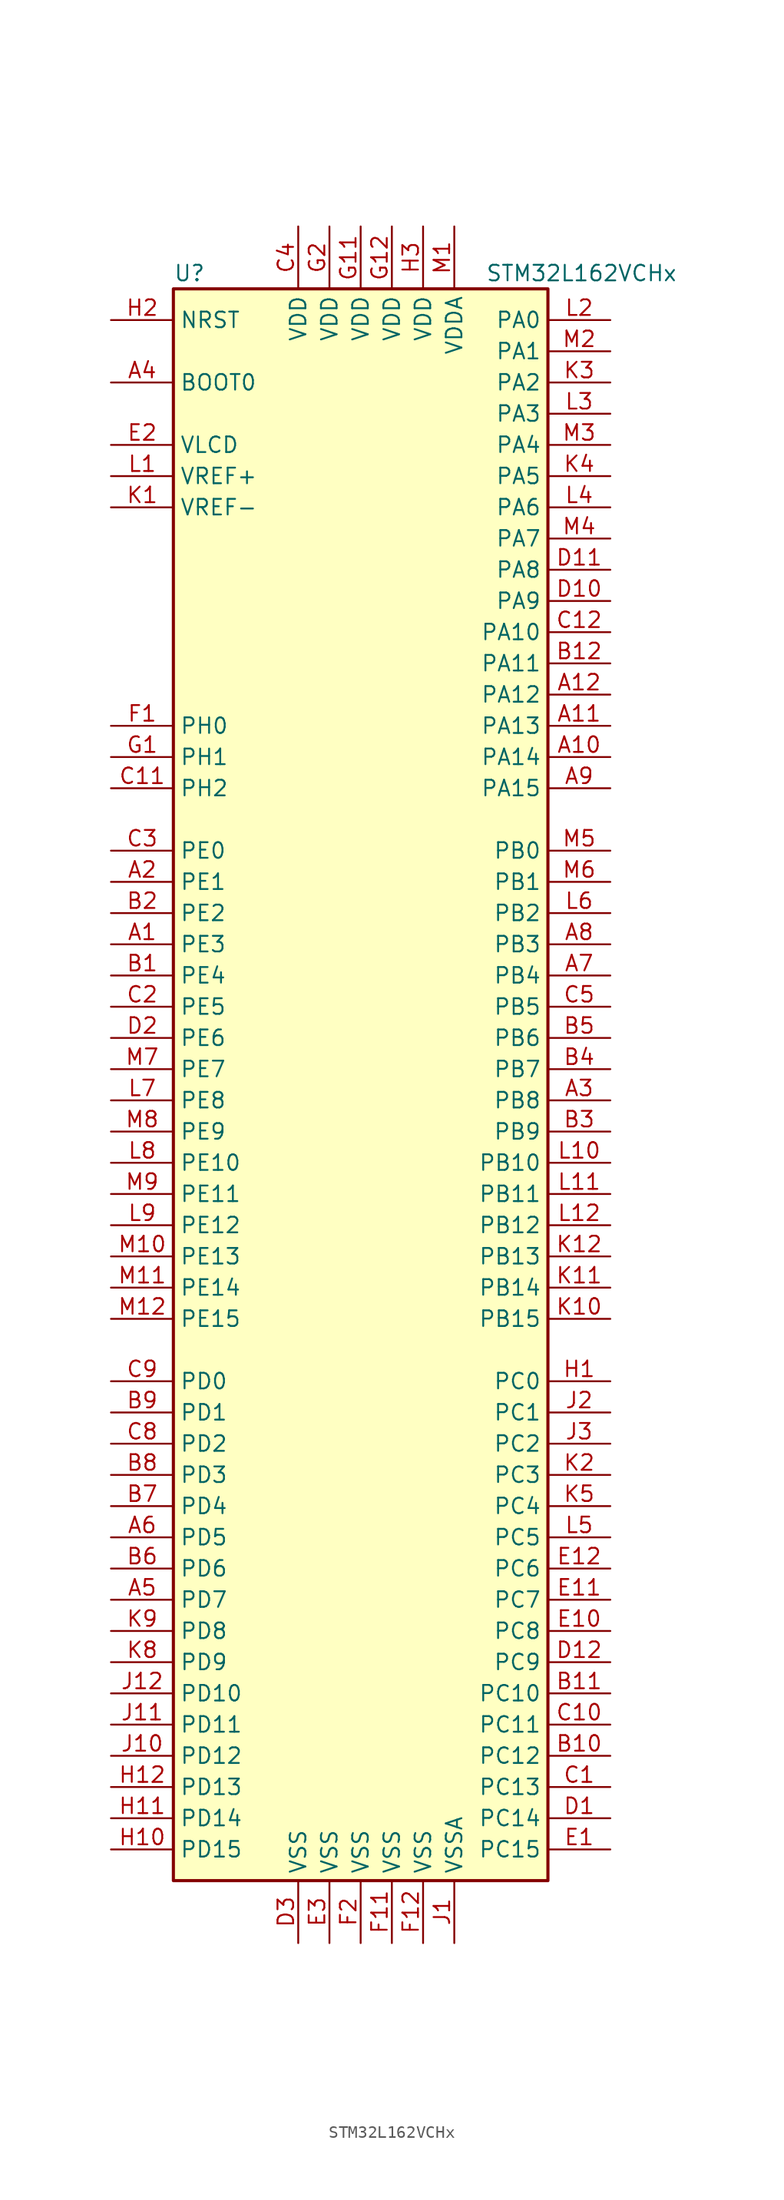
<source format=kicad_sym>
(kicad_symbol_lib
  (version 20211014)
  (generator kicad_symbol_editor)
  (symbol "STM32L162VCHx"
    (property "Reference" "U"
      (at -15.24 64.77 0)
      (effects (font (size 1.27 1.27)) (justify left)))
    (property "Value" "STM32L162VCHx"
      (at 10.16 64.77 0)
      (effects (font (size 1.27 1.27)) (justify left)))
    (symbol "STM32L162VCHx_0_1"
      (rectangle (start -15.24 -66.04) (end 15.24 63.5) (stroke (width 0.254) (type default) (color 0 0 0 0)) (fill (type background))))
    (symbol "STM32L162VCHx_1_1"
      (pin bidirectional line (at -20.32 10.16 0) (length 5.08) (name "PE3" (effects (font (size 1.27 1.27)))) (number "A1" (effects (font (size 1.27 1.27)))))
      (pin bidirectional line (at 20.32 25.4 180) (length 5.08) (name "PA14" (effects (font (size 1.27 1.27)))) (number "A10" (effects (font (size 1.27 1.27)))))
      (pin bidirectional line (at 20.32 27.94 180) (length 5.08) (name "PA13" (effects (font (size 1.27 1.27)))) (number "A11" (effects (font (size 1.27 1.27)))))
      (pin bidirectional line (at 20.32 30.48 180) (length 5.08) (name "PA12" (effects (font (size 1.27 1.27)))) (number "A12" (effects (font (size 1.27 1.27)))))
      (pin bidirectional line (at -20.32 15.24 0) (length 5.08) (name "PE1" (effects (font (size 1.27 1.27)))) (number "A2" (effects (font (size 1.27 1.27)))))
      (pin bidirectional line (at 20.32 -2.54 180) (length 5.08) (name "PB8" (effects (font (size 1.27 1.27)))) (number "A3" (effects (font (size 1.27 1.27)))))
      (pin input line (at -20.32 55.88 0) (length 5.08) (name "BOOT0" (effects (font (size 1.27 1.27)))) (number "A4" (effects (font (size 1.27 1.27)))))
      (pin bidirectional line (at -20.32 -43.18 0) (length 5.08) (name "PD7" (effects (font (size 1.27 1.27)))) (number "A5" (effects (font (size 1.27 1.27)))))
      (pin bidirectional line (at -20.32 -38.1 0) (length 5.08) (name "PD5" (effects (font (size 1.27 1.27)))) (number "A6" (effects (font (size 1.27 1.27)))))
      (pin bidirectional line (at 20.32 7.62 180) (length 5.08) (name "PB4" (effects (font (size 1.27 1.27)))) (number "A7" (effects (font (size 1.27 1.27)))))
      (pin bidirectional line (at 20.32 10.16 180) (length 5.08) (name "PB3" (effects (font (size 1.27 1.27)))) (number "A8" (effects (font (size 1.27 1.27)))))
      (pin bidirectional line (at 20.32 22.86 180) (length 5.08) (name "PA15" (effects (font (size 1.27 1.27)))) (number "A9" (effects (font (size 1.27 1.27)))))
      (pin bidirectional line (at -20.32 7.62 0) (length 5.08) (name "PE4" (effects (font (size 1.27 1.27)))) (number "B1" (effects (font (size 1.27 1.27)))))
      (pin bidirectional line (at 20.32 -55.88 180) (length 5.08) (name "PC12" (effects (font (size 1.27 1.27)))) (number "B10" (effects (font (size 1.27 1.27)))))
      (pin bidirectional line (at 20.32 -50.8 180) (length 5.08) (name "PC10" (effects (font (size 1.27 1.27)))) (number "B11" (effects (font (size 1.27 1.27)))))
      (pin bidirectional line (at 20.32 33.02 180) (length 5.08) (name "PA11" (effects (font (size 1.27 1.27)))) (number "B12" (effects (font (size 1.27 1.27)))))
      (pin bidirectional line (at -20.32 12.7 0) (length 5.08) (name "PE2" (effects (font (size 1.27 1.27)))) (number "B2" (effects (font (size 1.27 1.27)))))
      (pin bidirectional line (at 20.32 -5.08 180) (length 5.08) (name "PB9" (effects (font (size 1.27 1.27)))) (number "B3" (effects (font (size 1.27 1.27)))))
      (pin bidirectional line (at 20.32 0 180) (length 5.08) (name "PB7" (effects (font (size 1.27 1.27)))) (number "B4" (effects (font (size 1.27 1.27)))))
      (pin bidirectional line (at 20.32 2.54 180) (length 5.08) (name "PB6" (effects (font (size 1.27 1.27)))) (number "B5" (effects (font (size 1.27 1.27)))))
      (pin bidirectional line (at -20.32 -40.64 0) (length 5.08) (name "PD6" (effects (font (size 1.27 1.27)))) (number "B6" (effects (font (size 1.27 1.27)))))
      (pin bidirectional line (at -20.32 -35.56 0) (length 5.08) (name "PD4" (effects (font (size 1.27 1.27)))) (number "B7" (effects (font (size 1.27 1.27)))))
      (pin bidirectional line (at -20.32 -33.02 0) (length 5.08) (name "PD3" (effects (font (size 1.27 1.27)))) (number "B8" (effects (font (size 1.27 1.27)))))
      (pin bidirectional line (at -20.32 -27.94 0) (length 5.08) (name "PD1" (effects (font (size 1.27 1.27)))) (number "B9" (effects (font (size 1.27 1.27)))))
      (pin bidirectional line (at 20.32 -58.42 180) (length 5.08) (name "PC13" (effects (font (size 1.27 1.27)))) (number "C1" (effects (font (size 1.27 1.27)))))
      (pin bidirectional line (at 20.32 -53.34 180) (length 5.08) (name "PC11" (effects (font (size 1.27 1.27)))) (number "C10" (effects (font (size 1.27 1.27)))))
      (pin bidirectional line (at -20.32 22.86 0) (length 5.08) (name "PH2" (effects (font (size 1.27 1.27)))) (number "C11" (effects (font (size 1.27 1.27)))))
      (pin bidirectional line (at 20.32 35.56 180) (length 5.08) (name "PA10" (effects (font (size 1.27 1.27)))) (number "C12" (effects (font (size 1.27 1.27)))))
      (pin bidirectional line (at -20.32 5.08 0) (length 5.08) (name "PE5" (effects (font (size 1.27 1.27)))) (number "C2" (effects (font (size 1.27 1.27)))))
      (pin bidirectional line (at -20.32 17.78 0) (length 5.08) (name "PE0" (effects (font (size 1.27 1.27)))) (number "C3" (effects (font (size 1.27 1.27)))))
      (pin power_in line (at -5.08 68.58 270) (length 5.08) (name "VDD" (effects (font (size 1.27 1.27)))) (number "C4" (effects (font (size 1.27 1.27)))))
      (pin bidirectional line (at 20.32 5.08 180) (length 5.08) (name "PB5" (effects (font (size 1.27 1.27)))) (number "C5" (effects (font (size 1.27 1.27)))))
      (pin bidirectional line (at -20.32 -30.48 0) (length 5.08) (name "PD2" (effects (font (size 1.27 1.27)))) (number "C8" (effects (font (size 1.27 1.27)))))
      (pin bidirectional line (at -20.32 -25.4 0) (length 5.08) (name "PD0" (effects (font (size 1.27 1.27)))) (number "C9" (effects (font (size 1.27 1.27)))))
      (pin bidirectional line (at 20.32 -60.96 180) (length 5.08) (name "PC14" (effects (font (size 1.27 1.27)))) (number "D1" (effects (font (size 1.27 1.27)))))
      (pin bidirectional line (at 20.32 38.1 180) (length 5.08) (name "PA9" (effects (font (size 1.27 1.27)))) (number "D10" (effects (font (size 1.27 1.27)))))
      (pin bidirectional line (at 20.32 40.64 180) (length 5.08) (name "PA8" (effects (font (size 1.27 1.27)))) (number "D11" (effects (font (size 1.27 1.27)))))
      (pin bidirectional line (at 20.32 -48.26 180) (length 5.08) (name "PC9" (effects (font (size 1.27 1.27)))) (number "D12" (effects (font (size 1.27 1.27)))))
      (pin bidirectional line (at -20.32 2.54 0) (length 5.08) (name "PE6" (effects (font (size 1.27 1.27)))) (number "D2" (effects (font (size 1.27 1.27)))))
      (pin power_in line (at -5.08 -71.12 90) (length 5.08) (name "VSS" (effects (font (size 1.27 1.27)))) (number "D3" (effects (font (size 1.27 1.27)))))
      (pin bidirectional line (at 20.32 -63.5 180) (length 5.08) (name "PC15" (effects (font (size 1.27 1.27)))) (number "E1" (effects (font (size 1.27 1.27)))))
      (pin bidirectional line (at 20.32 -45.72 180) (length 5.08) (name "PC8" (effects (font (size 1.27 1.27)))) (number "E10" (effects (font (size 1.27 1.27)))))
      (pin bidirectional line (at 20.32 -43.18 180) (length 5.08) (name "PC7" (effects (font (size 1.27 1.27)))) (number "E11" (effects (font (size 1.27 1.27)))))
      (pin bidirectional line (at 20.32 -40.64 180) (length 5.08) (name "PC6" (effects (font (size 1.27 1.27)))) (number "E12" (effects (font (size 1.27 1.27)))))
      (pin power_in line (at -20.32 50.8 0) (length 5.08) (name "VLCD" (effects (font (size 1.27 1.27)))) (number "E2" (effects (font (size 1.27 1.27)))))
      (pin power_in line (at -2.54 -71.12 90) (length 5.08) (name "VSS" (effects (font (size 1.27 1.27)))) (number "E3" (effects (font (size 1.27 1.27)))))
      (pin input line (at -20.32 27.94 0) (length 5.08) (name "PH0" (effects (font (size 1.27 1.27)))) (number "F1" (effects (font (size 1.27 1.27)))))
      (pin power_in line (at 2.54 -71.12 90) (length 5.08) (name "VSS" (effects (font (size 1.27 1.27)))) (number "F11" (effects (font (size 1.27 1.27)))))
      (pin power_in line (at 5.08 -71.12 90) (length 5.08) (name "VSS" (effects (font (size 1.27 1.27)))) (number "F12" (effects (font (size 1.27 1.27)))))
      (pin power_in line (at 0 -71.12 90) (length 5.08) (name "VSS" (effects (font (size 1.27 1.27)))) (number "F2" (effects (font (size 1.27 1.27)))))
      (pin input line (at -20.32 25.4 0) (length 5.08) (name "PH1" (effects (font (size 1.27 1.27)))) (number "G1" (effects (font (size 1.27 1.27)))))
      (pin power_in line (at 0 68.58 270) (length 5.08) (name "VDD" (effects (font (size 1.27 1.27)))) (number "G11" (effects (font (size 1.27 1.27)))))
      (pin power_in line (at 2.54 68.58 270) (length 5.08) (name "VDD" (effects (font (size 1.27 1.27)))) (number "G12" (effects (font (size 1.27 1.27)))))
      (pin power_in line (at -2.54 68.58 270) (length 5.08) (name "VDD" (effects (font (size 1.27 1.27)))) (number "G2" (effects (font (size 1.27 1.27)))))
      (pin bidirectional line (at 20.32 -25.4 180) (length 5.08) (name "PC0" (effects (font (size 1.27 1.27)))) (number "H1" (effects (font (size 1.27 1.27)))))
      (pin bidirectional line (at -20.32 -63.5 0) (length 5.08) (name "PD15" (effects (font (size 1.27 1.27)))) (number "H10" (effects (font (size 1.27 1.27)))))
      (pin bidirectional line (at -20.32 -60.96 0) (length 5.08) (name "PD14" (effects (font (size 1.27 1.27)))) (number "H11" (effects (font (size 1.27 1.27)))))
      (pin bidirectional line (at -20.32 -58.42 0) (length 5.08) (name "PD13" (effects (font (size 1.27 1.27)))) (number "H12" (effects (font (size 1.27 1.27)))))
      (pin input line (at -20.32 60.96 0) (length 5.08) (name "NRST" (effects (font (size 1.27 1.27)))) (number "H2" (effects (font (size 1.27 1.27)))))
      (pin power_in line (at 5.08 68.58 270) (length 5.08) (name "VDD" (effects (font (size 1.27 1.27)))) (number "H3" (effects (font (size 1.27 1.27)))))
      (pin power_in line (at 7.62 -71.12 90) (length 5.08) (name "VSSA" (effects (font (size 1.27 1.27)))) (number "J1" (effects (font (size 1.27 1.27)))))
      (pin bidirectional line (at -20.32 -55.88 0) (length 5.08) (name "PD12" (effects (font (size 1.27 1.27)))) (number "J10" (effects (font (size 1.27 1.27)))))
      (pin bidirectional line (at -20.32 -53.34 0) (length 5.08) (name "PD11" (effects (font (size 1.27 1.27)))) (number "J11" (effects (font (size 1.27 1.27)))))
      (pin bidirectional line (at -20.32 -50.8 0) (length 5.08) (name "PD10" (effects (font (size 1.27 1.27)))) (number "J12" (effects (font (size 1.27 1.27)))))
      (pin bidirectional line (at 20.32 -27.94 180) (length 5.08) (name "PC1" (effects (font (size 1.27 1.27)))) (number "J2" (effects (font (size 1.27 1.27)))))
      (pin bidirectional line (at 20.32 -30.48 180) (length 5.08) (name "PC2" (effects (font (size 1.27 1.27)))) (number "J3" (effects (font (size 1.27 1.27)))))
      (pin power_in line (at -20.32 45.72 0) (length 5.08) (name "VREF-" (effects (font (size 1.27 1.27)))) (number "K1" (effects (font (size 1.27 1.27)))))
      (pin bidirectional line (at 20.32 -20.32 180) (length 5.08) (name "PB15" (effects (font (size 1.27 1.27)))) (number "K10" (effects (font (size 1.27 1.27)))))
      (pin bidirectional line (at 20.32 -17.78 180) (length 5.08) (name "PB14" (effects (font (size 1.27 1.27)))) (number "K11" (effects (font (size 1.27 1.27)))))
      (pin bidirectional line (at 20.32 -15.24 180) (length 5.08) (name "PB13" (effects (font (size 1.27 1.27)))) (number "K12" (effects (font (size 1.27 1.27)))))
      (pin bidirectional line (at 20.32 -33.02 180) (length 5.08) (name "PC3" (effects (font (size 1.27 1.27)))) (number "K2" (effects (font (size 1.27 1.27)))))
      (pin bidirectional line (at 20.32 55.88 180) (length 5.08) (name "PA2" (effects (font (size 1.27 1.27)))) (number "K3" (effects (font (size 1.27 1.27)))))
      (pin bidirectional line (at 20.32 48.26 180) (length 5.08) (name "PA5" (effects (font (size 1.27 1.27)))) (number "K4" (effects (font (size 1.27 1.27)))))
      (pin bidirectional line (at 20.32 -35.56 180) (length 5.08) (name "PC4" (effects (font (size 1.27 1.27)))) (number "K5" (effects (font (size 1.27 1.27)))))
      (pin bidirectional line (at -20.32 -48.26 0) (length 5.08) (name "PD9" (effects (font (size 1.27 1.27)))) (number "K8" (effects (font (size 1.27 1.27)))))
      (pin bidirectional line (at -20.32 -45.72 0) (length 5.08) (name "PD8" (effects (font (size 1.27 1.27)))) (number "K9" (effects (font (size 1.27 1.27)))))
      (pin power_in line (at -20.32 48.26 0) (length 5.08) (name "VREF+" (effects (font (size 1.27 1.27)))) (number "L1" (effects (font (size 1.27 1.27)))))
      (pin bidirectional line (at 20.32 -7.62 180) (length 5.08) (name "PB10" (effects (font (size 1.27 1.27)))) (number "L10" (effects (font (size 1.27 1.27)))))
      (pin bidirectional line (at 20.32 -10.16 180) (length 5.08) (name "PB11" (effects (font (size 1.27 1.27)))) (number "L11" (effects (font (size 1.27 1.27)))))
      (pin bidirectional line (at 20.32 -12.7 180) (length 5.08) (name "PB12" (effects (font (size 1.27 1.27)))) (number "L12" (effects (font (size 1.27 1.27)))))
      (pin bidirectional line (at 20.32 60.96 180) (length 5.08) (name "PA0" (effects (font (size 1.27 1.27)))) (number "L2" (effects (font (size 1.27 1.27)))))
      (pin bidirectional line (at 20.32 53.34 180) (length 5.08) (name "PA3" (effects (font (size 1.27 1.27)))) (number "L3" (effects (font (size 1.27 1.27)))))
      (pin bidirectional line (at 20.32 45.72 180) (length 5.08) (name "PA6" (effects (font (size 1.27 1.27)))) (number "L4" (effects (font (size 1.27 1.27)))))
      (pin bidirectional line (at 20.32 -38.1 180) (length 5.08) (name "PC5" (effects (font (size 1.27 1.27)))) (number "L5" (effects (font (size 1.27 1.27)))))
      (pin bidirectional line (at 20.32 12.7 180) (length 5.08) (name "PB2" (effects (font (size 1.27 1.27)))) (number "L6" (effects (font (size 1.27 1.27)))))
      (pin bidirectional line (at -20.32 -2.54 0) (length 5.08) (name "PE8" (effects (font (size 1.27 1.27)))) (number "L7" (effects (font (size 1.27 1.27)))))
      (pin bidirectional line (at -20.32 -7.62 0) (length 5.08) (name "PE10" (effects (font (size 1.27 1.27)))) (number "L8" (effects (font (size 1.27 1.27)))))
      (pin bidirectional line (at -20.32 -12.7 0) (length 5.08) (name "PE12" (effects (font (size 1.27 1.27)))) (number "L9" (effects (font (size 1.27 1.27)))))
      (pin power_in line (at 7.62 68.58 270) (length 5.08) (name "VDDA" (effects (font (size 1.27 1.27)))) (number "M1" (effects (font (size 1.27 1.27)))))
      (pin bidirectional line (at -20.32 -15.24 0) (length 5.08) (name "PE13" (effects (font (size 1.27 1.27)))) (number "M10" (effects (font (size 1.27 1.27)))))
      (pin bidirectional line (at -20.32 -17.78 0) (length 5.08) (name "PE14" (effects (font (size 1.27 1.27)))) (number "M11" (effects (font (size 1.27 1.27)))))
      (pin bidirectional line (at -20.32 -20.32 0) (length 5.08) (name "PE15" (effects (font (size 1.27 1.27)))) (number "M12" (effects (font (size 1.27 1.27)))))
      (pin bidirectional line (at 20.32 58.42 180) (length 5.08) (name "PA1" (effects (font (size 1.27 1.27)))) (number "M2" (effects (font (size 1.27 1.27)))))
      (pin bidirectional line (at 20.32 50.8 180) (length 5.08) (name "PA4" (effects (font (size 1.27 1.27)))) (number "M3" (effects (font (size 1.27 1.27)))))
      (pin bidirectional line (at 20.32 43.18 180) (length 5.08) (name "PA7" (effects (font (size 1.27 1.27)))) (number "M4" (effects (font (size 1.27 1.27)))))
      (pin bidirectional line (at 20.32 17.78 180) (length 5.08) (name "PB0" (effects (font (size 1.27 1.27)))) (number "M5" (effects (font (size 1.27 1.27)))))
      (pin bidirectional line (at 20.32 15.24 180) (length 5.08) (name "PB1" (effects (font (size 1.27 1.27)))) (number "M6" (effects (font (size 1.27 1.27)))))
      (pin bidirectional line (at -20.32 0 0) (length 5.08) (name "PE7" (effects (font (size 1.27 1.27)))) (number "M7" (effects (font (size 1.27 1.27)))))
      (pin bidirectional line (at -20.32 -5.08 0) (length 5.08) (name "PE9" (effects (font (size 1.27 1.27)))) (number "M8" (effects (font (size 1.27 1.27)))))
      (pin bidirectional line (at -20.32 -10.16 0) (length 5.08) (name "PE11" (effects (font (size 1.27 1.27)))) (number "M9" (effects (font (size 1.27 1.27))))))))
</source>
